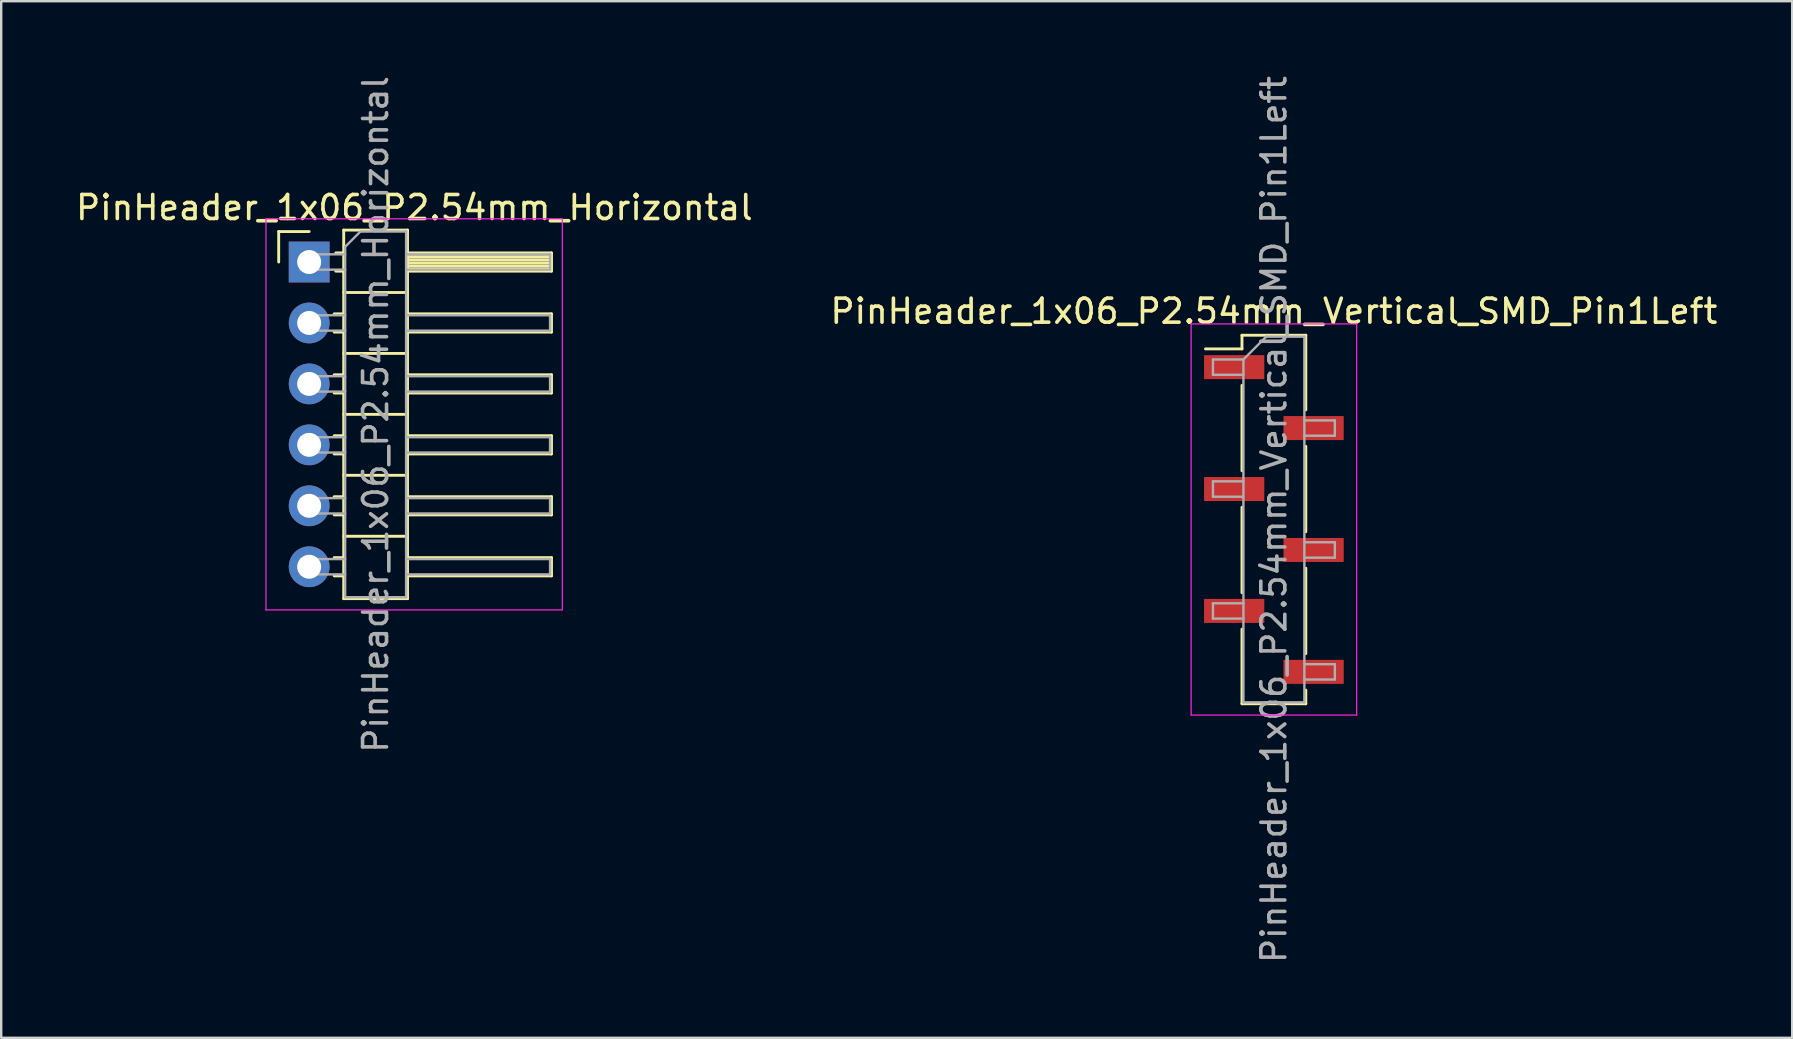
<source format=kicad_pcb>
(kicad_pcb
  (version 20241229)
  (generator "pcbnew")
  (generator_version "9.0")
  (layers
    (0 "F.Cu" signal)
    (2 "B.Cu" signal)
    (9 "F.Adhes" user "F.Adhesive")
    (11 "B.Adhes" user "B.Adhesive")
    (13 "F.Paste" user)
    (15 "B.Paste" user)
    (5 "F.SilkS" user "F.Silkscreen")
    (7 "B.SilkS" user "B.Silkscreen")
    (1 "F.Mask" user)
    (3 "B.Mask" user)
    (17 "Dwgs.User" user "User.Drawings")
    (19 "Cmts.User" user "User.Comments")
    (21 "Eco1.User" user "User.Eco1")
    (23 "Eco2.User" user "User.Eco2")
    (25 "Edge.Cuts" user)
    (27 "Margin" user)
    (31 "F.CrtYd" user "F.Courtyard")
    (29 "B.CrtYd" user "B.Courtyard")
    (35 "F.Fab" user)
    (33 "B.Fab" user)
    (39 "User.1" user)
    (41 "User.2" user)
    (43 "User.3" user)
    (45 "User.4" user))
  (footprint "PinHeader_1x06_P2.54mm_Horizontal"
    (layer "F.Cu")
    (at 9.835 7.87)
    (property "Reference" "PinHeader_1x06_P2.54mm_Horizontal" (at 4.385 -2.27 0) (layer "F.SilkS") (effects (font (size 1 1) (thickness 0.15))))
    (attr through_hole)
    (fp_line (start -1.27 -1.27) (end 0 -1.27) (stroke (width 0.12) (type solid)) (layer "F.SilkS"))
    (fp_line (start -1.27 0) (end -1.27 -1.27) (stroke (width 0.12) (type solid)) (layer "F.SilkS"))
    (fp_line (start 1.043 2.16) (end 1.44 2.16) (stroke (width 0.12) (type solid)) (layer "F.SilkS"))
    (fp_line (start 1.043 2.92) (end 1.44 2.92) (stroke (width 0.12) (type solid)) (layer "F.SilkS"))
    (fp_line (start 1.043 4.7) (end 1.44 4.7) (stroke (width 0.12) (type solid)) (layer "F.SilkS"))
    (fp_line (start 1.043 5.46) (end 1.44 5.46) (stroke (width 0.12) (type solid)) (layer "F.SilkS"))
    (fp_line (start 1.043 7.24) (end 1.44 7.24) (stroke (width 0.12) (type solid)) (layer "F.SilkS"))
    (fp_line (start 1.043 8) (end 1.44 8) (stroke (width 0.12) (type solid)) (layer "F.SilkS"))
    (fp_line (start 1.043 9.78) (end 1.44 9.78) (stroke (width 0.12) (type solid)) (layer "F.SilkS"))
    (fp_line (start 1.043 10.54) (end 1.44 10.54) (stroke (width 0.12) (type solid)) (layer "F.SilkS"))
    (fp_line (start 1.043 12.32) (end 1.44 12.32) (stroke (width 0.12) (type solid)) (layer "F.SilkS"))
    (fp_line (start 1.043 13.08) (end 1.44 13.08) (stroke (width 0.12) (type solid)) (layer "F.SilkS"))
    (fp_line (start 1.11 -0.38) (end 1.44 -0.38) (stroke (width 0.12) (type solid)) (layer "F.SilkS"))
    (fp_line (start 1.11 0.38) (end 1.44 0.38) (stroke (width 0.12) (type solid)) (layer "F.SilkS"))
    (fp_line (start 1.44 -1.33) (end 1.44 14.03) (stroke (width 0.12) (type solid)) (layer "F.SilkS"))
    (fp_line (start 1.44 1.27) (end 4.1 1.27) (stroke (width 0.12) (type solid)) (layer "F.SilkS"))
    (fp_line (start 1.44 3.81) (end 4.1 3.81) (stroke (width 0.12) (type solid)) (layer "F.SilkS"))
    (fp_line (start 1.44 6.35) (end 4.1 6.35) (stroke (width 0.12) (type solid)) (layer "F.SilkS"))
    (fp_line (start 1.44 8.89) (end 4.1 8.89) (stroke (width 0.12) (type solid)) (layer "F.SilkS"))
    (fp_line (start 1.44 11.43) (end 4.1 11.43) (stroke (width 0.12) (type solid)) (layer "F.SilkS"))
    (fp_line (start 1.44 14.03) (end 4.1 14.03) (stroke (width 0.12) (type solid)) (layer "F.SilkS"))
    (fp_line (start 4.1 -1.33) (end 1.44 -1.33) (stroke (width 0.12) (type solid)) (layer "F.SilkS"))
    (fp_line (start 4.1 -0.38) (end 10.1 -0.38) (stroke (width 0.12) (type solid)) (layer "F.SilkS"))
    (fp_line (start 4.1 -0.32) (end 10.1 -0.32) (stroke (width 0.12) (type solid)) (layer "F.SilkS"))
    (fp_line (start 4.1 -0.2) (end 10.1 -0.2) (stroke (width 0.12) (type solid)) (layer "F.SilkS"))
    (fp_line (start 4.1 -0.08) (end 10.1 -0.08) (stroke (width 0.12) (type solid)) (layer "F.SilkS"))
    (fp_line (start 4.1 0.04) (end 10.1 0.04) (stroke (width 0.12) (type solid)) (layer "F.SilkS"))
    (fp_line (start 4.1 0.16) (end 10.1 0.16) (stroke (width 0.12) (type solid)) (layer "F.SilkS"))
    (fp_line (start 4.1 0.28) (end 10.1 0.28) (stroke (width 0.12) (type solid)) (layer "F.SilkS"))
    (fp_line (start 4.1 2.16) (end 10.1 2.16) (stroke (width 0.12) (type solid)) (layer "F.SilkS"))
    (fp_line (start 4.1 4.7) (end 10.1 4.7) (stroke (width 0.12) (type solid)) (layer "F.SilkS"))
    (fp_line (start 4.1 7.24) (end 10.1 7.24) (stroke (width 0.12) (type solid)) (layer "F.SilkS"))
    (fp_line (start 4.1 9.78) (end 10.1 9.78) (stroke (width 0.12) (type solid)) (layer "F.SilkS"))
    (fp_line (start 4.1 12.32) (end 10.1 12.32) (stroke (width 0.12) (type solid)) (layer "F.SilkS"))
    (fp_line (start 4.1 14.03) (end 4.1 -1.33) (stroke (width 0.12) (type solid)) (layer "F.SilkS"))
    (fp_line (start 10.1 -0.38) (end 10.1 0.38) (stroke (width 0.12) (type solid)) (layer "F.SilkS"))
    (fp_line (start 10.1 0.38) (end 4.1 0.38) (stroke (width 0.12) (type solid)) (layer "F.SilkS"))
    (fp_line (start 10.1 2.16) (end 10.1 2.92) (stroke (width 0.12) (type solid)) (layer "F.SilkS"))
    (fp_line (start 10.1 2.92) (end 4.1 2.92) (stroke (width 0.12) (type solid)) (layer "F.SilkS"))
    (fp_line (start 10.1 4.7) (end 10.1 5.46) (stroke (width 0.12) (type solid)) (layer "F.SilkS"))
    (fp_line (start 10.1 5.46) (end 4.1 5.46) (stroke (width 0.12) (type solid)) (layer "F.SilkS"))
    (fp_line (start 10.1 7.24) (end 10.1 8) (stroke (width 0.12) (type solid)) (layer "F.SilkS"))
    (fp_line (start 10.1 8) (end 4.1 8) (stroke (width 0.12) (type solid)) (layer "F.SilkS"))
    (fp_line (start 10.1 9.78) (end 10.1 10.54) (stroke (width 0.12) (type solid)) (layer "F.SilkS"))
    (fp_line (start 10.1 10.54) (end 4.1 10.54) (stroke (width 0.12) (type solid)) (layer "F.SilkS"))
    (fp_line (start 10.1 12.32) (end 10.1 13.08) (stroke (width 0.12) (type solid)) (layer "F.SilkS"))
    (fp_line (start 10.1 13.08) (end 4.1 13.08) (stroke (width 0.12) (type solid)) (layer "F.SilkS"))
    (fp_line (start -1.8 -1.8) (end -1.8 14.5) (stroke (width 0.05) (type solid)) (layer "F.CrtYd"))
    (fp_line (start -1.8 14.5) (end 10.55 14.5) (stroke (width 0.05) (type solid)) (layer "F.CrtYd"))
    (fp_line (start 10.55 -1.8) (end -1.8 -1.8) (stroke (width 0.05) (type solid)) (layer "F.CrtYd"))
    (fp_line (start 10.55 14.5) (end 10.55 -1.8) (stroke (width 0.05) (type solid)) (layer "F.CrtYd"))
    (fp_line (start -0.32 -0.32) (end -0.32 0.32) (stroke (width 0.1) (type solid)) (layer "F.Fab"))
    (fp_line (start -0.32 -0.32) (end 1.5 -0.32) (stroke (width 0.1) (type solid)) (layer "F.Fab"))
    (fp_line (start -0.32 0.32) (end 1.5 0.32) (stroke (width 0.1) (type solid)) (layer "F.Fab"))
    (fp_line (start -0.32 2.22) (end -0.32 2.86) (stroke (width 0.1) (type solid)) (layer "F.Fab"))
    (fp_line (start -0.32 2.22) (end 1.5 2.22) (stroke (width 0.1) (type solid)) (layer "F.Fab"))
    (fp_line (start -0.32 2.86) (end 1.5 2.86) (stroke (width 0.1) (type solid)) (layer "F.Fab"))
    (fp_line (start -0.32 4.76) (end -0.32 5.4) (stroke (width 0.1) (type solid)) (layer "F.Fab"))
    (fp_line (start -0.32 4.76) (end 1.5 4.76) (stroke (width 0.1) (type solid)) (layer "F.Fab"))
    (fp_line (start -0.32 5.4) (end 1.5 5.4) (stroke (width 0.1) (type solid)) (layer "F.Fab"))
    (fp_line (start -0.32 7.3) (end -0.32 7.94) (stroke (width 0.1) (type solid)) (layer "F.Fab"))
    (fp_line (start -0.32 7.3) (end 1.5 7.3) (stroke (width 0.1) (type solid)) (layer "F.Fab"))
    (fp_line (start -0.32 7.94) (end 1.5 7.94) (stroke (width 0.1) (type solid)) (layer "F.Fab"))
    (fp_line (start -0.32 9.84) (end -0.32 10.48) (stroke (width 0.1) (type solid)) (layer "F.Fab"))
    (fp_line (start -0.32 9.84) (end 1.5 9.84) (stroke (width 0.1) (type solid)) (layer "F.Fab"))
    (fp_line (start -0.32 10.48) (end 1.5 10.48) (stroke (width 0.1) (type solid)) (layer "F.Fab"))
    (fp_line (start -0.32 12.38) (end -0.32 13.02) (stroke (width 0.1) (type solid)) (layer "F.Fab"))
    (fp_line (start -0.32 12.38) (end 1.5 12.38) (stroke (width 0.1) (type solid)) (layer "F.Fab"))
    (fp_line (start -0.32 13.02) (end 1.5 13.02) (stroke (width 0.1) (type solid)) (layer "F.Fab"))
    (fp_line (start 1.5 -0.635) (end 2.135 -1.27) (stroke (width 0.1) (type solid)) (layer "F.Fab"))
    (fp_line (start 1.5 13.97) (end 1.5 -0.635) (stroke (width 0.1) (type solid)) (layer "F.Fab"))
    (fp_line (start 2.135 -1.27) (end 4.04 -1.27) (stroke (width 0.1) (type solid)) (layer "F.Fab"))
    (fp_line (start 4.04 -1.27) (end 4.04 13.97) (stroke (width 0.1) (type solid)) (layer "F.Fab"))
    (fp_line (start 4.04 -0.32) (end 10.04 -0.32) (stroke (width 0.1) (type solid)) (layer "F.Fab"))
    (fp_line (start 4.04 0.32) (end 10.04 0.32) (stroke (width 0.1) (type solid)) (layer "F.Fab"))
    (fp_line (start 4.04 2.22) (end 10.04 2.22) (stroke (width 0.1) (type solid)) (layer "F.Fab"))
    (fp_line (start 4.04 2.86) (end 10.04 2.86) (stroke (width 0.1) (type solid)) (layer "F.Fab"))
    (fp_line (start 4.04 4.76) (end 10.04 4.76) (stroke (width 0.1) (type solid)) (layer "F.Fab"))
    (fp_line (start 4.04 5.4) (end 10.04 5.4) (stroke (width 0.1) (type solid)) (layer "F.Fab"))
    (fp_line (start 4.04 7.3) (end 10.04 7.3) (stroke (width 0.1) (type solid)) (layer "F.Fab"))
    (fp_line (start 4.04 7.94) (end 10.04 7.94) (stroke (width 0.1) (type solid)) (layer "F.Fab"))
    (fp_line (start 4.04 9.84) (end 10.04 9.84) (stroke (width 0.1) (type solid)) (layer "F.Fab"))
    (fp_line (start 4.04 10.48) (end 10.04 10.48) (stroke (width 0.1) (type solid)) (layer "F.Fab"))
    (fp_line (start 4.04 12.38) (end 10.04 12.38) (stroke (width 0.1) (type solid)) (layer "F.Fab"))
    (fp_line (start 4.04 13.02) (end 10.04 13.02) (stroke (width 0.1) (type solid)) (layer "F.Fab"))
    (fp_line (start 4.04 13.97) (end 1.5 13.97) (stroke (width 0.1) (type solid)) (layer "F.Fab"))
    (fp_line (start 10.04 -0.32) (end 10.04 0.32) (stroke (width 0.1) (type solid)) (layer "F.Fab"))
    (fp_line (start 10.04 2.22) (end 10.04 2.86) (stroke (width 0.1) (type solid)) (layer "F.Fab"))
    (fp_line (start 10.04 4.76) (end 10.04 5.4) (stroke (width 0.1) (type solid)) (layer "F.Fab"))
    (fp_line (start 10.04 7.3) (end 10.04 7.94) (stroke (width 0.1) (type solid)) (layer "F.Fab"))
    (fp_line (start 10.04 9.84) (end 10.04 10.48) (stroke (width 0.1) (type solid)) (layer "F.Fab"))
    (fp_line (start 10.04 12.38) (end 10.04 13.02) (stroke (width 0.1) (type solid)) (layer "F.Fab"))
    (fp_text user "${REFERENCE}" (at 2.77 6.35 90) (layer "F.Fab") (effects (font (size 1 1) (thickness 0.15))))
    (pad "1" thru_hole rect (at 0 0) (size 1.7 1.7) (drill 1) (layers "*.Cu" "*.Mask"))
    (pad "2" thru_hole oval (at 0 2.54) (size 1.7 1.7) (drill 1) (layers "*.Cu" "*.Mask"))
    (pad "3" thru_hole oval (at 0 5.08) (size 1.7 1.7) (drill 1) (layers "*.Cu" "*.Mask"))
    (pad "4" thru_hole oval (at 0 7.62) (size 1.7 1.7) (drill 1) (layers "*.Cu" "*.Mask"))
    (pad "5" thru_hole oval (at 0 10.16) (size 1.7 1.7) (drill 1) (layers "*.Cu" "*.Mask"))
    (pad "6" thru_hole oval (at 0 12.7) (size 1.7 1.7) (drill 1) (layers "*.Cu" "*.Mask")))
  (footprint "PinHeader_1x06_P2.54mm_Vertical_SMD_Pin1Left"
    (layer "F.Cu")
    (at 50.042 18.601)
    (property "Reference" "PinHeader_1x06_P2.54mm_Vertical_SMD_Pin1Left" (at 0 -8.68 0) (layer "F.SilkS") (effects (font (size 1 1) (thickness 0.15))))
    (attr smd)
    (fp_line (start -1.33 -7.68) (end -1.33 -7.11) (stroke (width 0.12) (type solid)) (layer "F.SilkS"))
    (fp_line (start -1.33 -7.68) (end 1.33 -7.68) (stroke (width 0.12) (type solid)) (layer "F.SilkS"))
    (fp_line (start -1.33 -7.11) (end -2.85 -7.11) (stroke (width 0.12) (type solid)) (layer "F.SilkS"))
    (fp_line (start -1.33 -5.59) (end -1.33 -2.03) (stroke (width 0.12) (type solid)) (layer "F.SilkS"))
    (fp_line (start -1.33 -0.51) (end -1.33 3.05) (stroke (width 0.12) (type solid)) (layer "F.SilkS"))
    (fp_line (start -1.33 4.57) (end -1.33 7.68) (stroke (width 0.12) (type solid)) (layer "F.SilkS"))
    (fp_line (start -1.33 7.68) (end 1.33 7.68) (stroke (width 0.12) (type solid)) (layer "F.SilkS"))
    (fp_line (start 1.33 -7.68) (end 1.33 -4.57) (stroke (width 0.12) (type solid)) (layer "F.SilkS"))
    (fp_line (start 1.33 -3.05) (end 1.33 0.51) (stroke (width 0.12) (type solid)) (layer "F.SilkS"))
    (fp_line (start 1.33 2.03) (end 1.33 5.59) (stroke (width 0.12) (type solid)) (layer "F.SilkS"))
    (fp_line (start 1.33 7.11) (end 1.33 7.68) (stroke (width 0.12) (type solid)) (layer "F.SilkS"))
    (fp_line (start -3.45 -8.15) (end -3.45 8.15) (stroke (width 0.05) (type solid)) (layer "F.CrtYd"))
    (fp_line (start -3.45 8.15) (end 3.45 8.15) (stroke (width 0.05) (type solid)) (layer "F.CrtYd"))
    (fp_line (start 3.45 -8.15) (end -3.45 -8.15) (stroke (width 0.05) (type solid)) (layer "F.CrtYd"))
    (fp_line (start 3.45 8.15) (end 3.45 -8.15) (stroke (width 0.05) (type solid)) (layer "F.CrtYd"))
    (fp_line (start -2.54 -6.67) (end -2.54 -6.03) (stroke (width 0.1) (type solid)) (layer "F.Fab"))
    (fp_line (start -2.54 -6.03) (end -1.27 -6.03) (stroke (width 0.1) (type solid)) (layer "F.Fab"))
    (fp_line (start -2.54 -1.59) (end -2.54 -0.95) (stroke (width 0.1) (type solid)) (layer "F.Fab"))
    (fp_line (start -2.54 -0.95) (end -1.27 -0.95) (stroke (width 0.1) (type solid)) (layer "F.Fab"))
    (fp_line (start -2.54 3.49) (end -2.54 4.13) (stroke (width 0.1) (type solid)) (layer "F.Fab"))
    (fp_line (start -2.54 4.13) (end -1.27 4.13) (stroke (width 0.1) (type solid)) (layer "F.Fab"))
    (fp_line (start -1.27 -6.67) (end -2.54 -6.67) (stroke (width 0.1) (type solid)) (layer "F.Fab"))
    (fp_line (start -1.27 -6.67) (end -0.32 -7.62) (stroke (width 0.1) (type solid)) (layer "F.Fab"))
    (fp_line (start -1.27 -1.59) (end -2.54 -1.59) (stroke (width 0.1) (type solid)) (layer "F.Fab"))
    (fp_line (start -1.27 3.49) (end -2.54 3.49) (stroke (width 0.1) (type solid)) (layer "F.Fab"))
    (fp_line (start -1.27 7.62) (end -1.27 -6.67) (stroke (width 0.1) (type solid)) (layer "F.Fab"))
    (fp_line (start -0.32 -7.62) (end 1.27 -7.62) (stroke (width 0.1) (type solid)) (layer "F.Fab"))
    (fp_line (start 1.27 -7.62) (end 1.27 7.62) (stroke (width 0.1) (type solid)) (layer "F.Fab"))
    (fp_line (start 1.27 -4.13) (end 2.54 -4.13) (stroke (width 0.1) (type solid)) (layer "F.Fab"))
    (fp_line (start 1.27 0.95) (end 2.54 0.95) (stroke (width 0.1) (type solid)) (layer "F.Fab"))
    (fp_line (start 1.27 6.03) (end 2.54 6.03) (stroke (width 0.1) (type solid)) (layer "F.Fab"))
    (fp_line (start 1.27 7.62) (end -1.27 7.62) (stroke (width 0.1) (type solid)) (layer "F.Fab"))
    (fp_line (start 2.54 -4.13) (end 2.54 -3.49) (stroke (width 0.1) (type solid)) (layer "F.Fab"))
    (fp_line (start 2.54 -3.49) (end 1.27 -3.49) (stroke (width 0.1) (type solid)) (layer "F.Fab"))
    (fp_line (start 2.54 0.95) (end 2.54 1.59) (stroke (width 0.1) (type solid)) (layer "F.Fab"))
    (fp_line (start 2.54 1.59) (end 1.27 1.59) (stroke (width 0.1) (type solid)) (layer "F.Fab"))
    (fp_line (start 2.54 6.03) (end 2.54 6.67) (stroke (width 0.1) (type solid)) (layer "F.Fab"))
    (fp_line (start 2.54 6.67) (end 1.27 6.67) (stroke (width 0.1) (type solid)) (layer "F.Fab"))
    (fp_text user "${REFERENCE}" (at 0 0 90) (layer "F.Fab") (effects (font (size 1 1) (thickness 0.15))))
    (pad "1" smd rect (at -1.655 -6.35) (size 2.51 1) (layers "F.Cu" "F.Mask" "F.Paste"))
    (pad "2" smd rect (at 1.655 -3.81) (size 2.51 1) (layers "F.Cu" "F.Mask" "F.Paste"))
    (pad "3" smd rect (at -1.655 -1.27) (size 2.51 1) (layers "F.Cu" "F.Mask" "F.Paste"))
    (pad "4" smd rect (at 1.655 1.27) (size 2.51 1) (layers "F.Cu" "F.Mask" "F.Paste"))
    (pad "5" smd rect (at -1.655 3.81) (size 2.51 1) (layers "F.Cu" "F.Mask" "F.Paste"))
    (pad "6" smd rect (at 1.655 6.35) (size 2.51 1) (layers "F.Cu" "F.Mask" "F.Paste")))
  (gr_rect
    (start -3 -3)
    (end 71.643 40.202)
    (stroke (width 0.1) (type default))
    (fill no)
    (layer "Edge.Cuts")))
</source>
